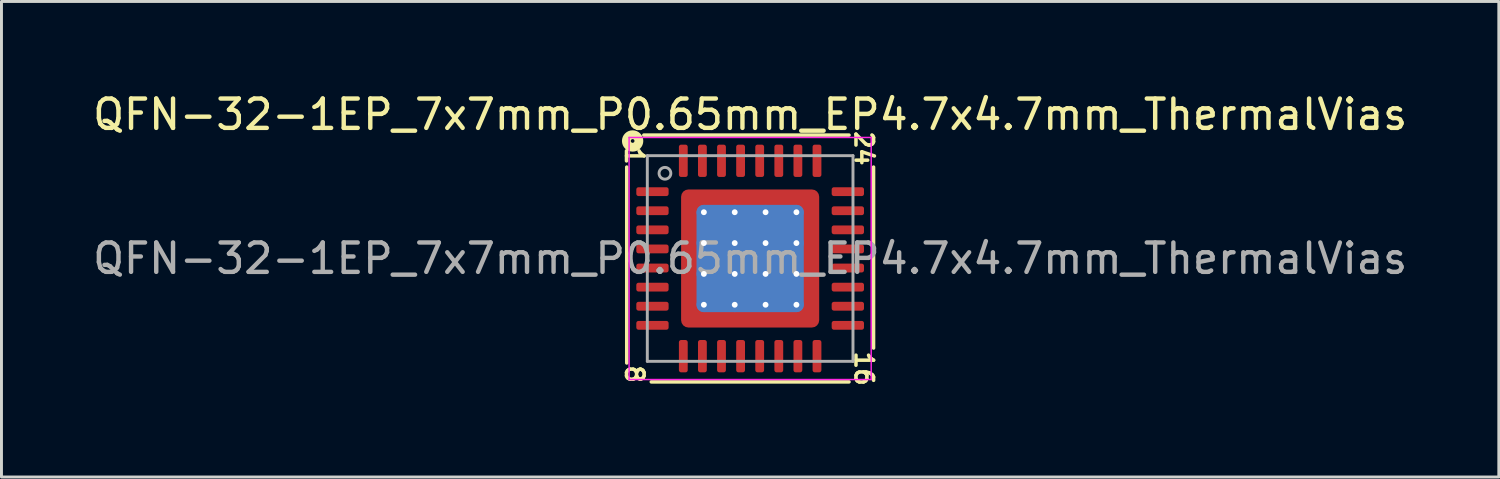
<source format=kicad_pcb>
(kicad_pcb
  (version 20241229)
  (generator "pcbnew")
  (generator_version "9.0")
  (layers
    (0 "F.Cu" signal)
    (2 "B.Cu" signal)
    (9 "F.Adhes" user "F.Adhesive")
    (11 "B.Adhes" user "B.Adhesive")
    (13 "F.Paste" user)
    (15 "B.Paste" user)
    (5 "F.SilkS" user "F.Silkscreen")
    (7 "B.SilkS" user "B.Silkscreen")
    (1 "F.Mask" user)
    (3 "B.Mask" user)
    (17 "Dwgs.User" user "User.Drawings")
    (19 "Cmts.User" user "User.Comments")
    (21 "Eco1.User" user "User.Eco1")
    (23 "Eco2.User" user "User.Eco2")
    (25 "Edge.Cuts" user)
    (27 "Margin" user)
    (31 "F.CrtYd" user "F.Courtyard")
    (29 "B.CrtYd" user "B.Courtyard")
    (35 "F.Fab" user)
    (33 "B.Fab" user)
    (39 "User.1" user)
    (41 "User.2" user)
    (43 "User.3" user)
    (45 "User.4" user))
  (footprint "QFN-32-1EP_7x7mm_P0.65mm_EP4.7x4.7mm_ThermalVias"
    (layer "F.Cu")
    (at 22.482 5.748)
    (property "Reference" "QFN-32-1EP_7x7mm_P0.65mm_EP4.7x4.7mm_ThermalVias" (at 0 -4.9 0) (layer "F.SilkS") (effects (font (size 1 1) (thickness 0.15))))
    (attr smd)
    (fp_line (start -4.2 -3.111) (end -4.2 3.556) (stroke (width 0.12) (type solid)) (layer "F.SilkS"))
    (fp_line (start -3.365 4.2) (end 3.365 4.2) (stroke (width 0.12) (type solid)) (layer "F.SilkS"))
    (fp_line (start 3.365 -4.2) (end -3.619 -4.2) (stroke (width 0.12) (type solid)) (layer "F.SilkS"))
    (fp_line (start 4.2 3.048) (end 4.2 -3.111) (stroke (width 0.12) (type solid)) (layer "F.SilkS"))
    (fp_circle (center -4 -4) (end -3.937 -4) (stroke (width 0.3) (type solid)) (fill no) (layer "F.SilkS"))
    (fp_line (start -4.12 -4.12) (end -4.12 4.12) (stroke (width 0.05) (type solid)) (layer "F.CrtYd"))
    (fp_line (start -4.12 4.12) (end 4.12 4.12) (stroke (width 0.05) (type solid)) (layer "F.CrtYd"))
    (fp_line (start 4.12 -4.12) (end -4.12 -4.12) (stroke (width 0.05) (type solid)) (layer "F.CrtYd"))
    (fp_line (start 4.12 4.12) (end 4.12 -4.12) (stroke (width 0.05) (type solid)) (layer "F.CrtYd"))
    (fp_line (start -3.5 -3.5) (end 3.5 -3.5) (stroke (width 0.1) (type solid)) (layer "F.Fab"))
    (fp_line (start -3.5 3.5) (end -3.5 -3.5) (stroke (width 0.1) (type solid)) (layer "F.Fab"))
    (fp_line (start 3.5 -3.5) (end 3.5 3.5) (stroke (width 0.1) (type solid)) (layer "F.Fab"))
    (fp_line (start 3.5 3.5) (end -3.5 3.5) (stroke (width 0.1) (type solid)) (layer "F.Fab"))
    (fp_circle (center -2.9 -2.9) (end -2.7 -2.9) (stroke (width 0.1) (type solid)) (fill no) (layer "F.Fab"))
    (fp_text user "16" (at 3.873 3.747 270) (unlocked yes) (layer "F.SilkS") (effects (font (size 0.6 0.6) (thickness 0.12))))
    (fp_text user "1" (at -3.937 -3.493 270) (unlocked yes) (layer "F.SilkS") (effects (font (size 0.6 0.6) (thickness 0.12))))
    (fp_text user "24" (at 3.873 -3.747 270) (unlocked yes) (layer "F.SilkS") (effects (font (size 0.6 0.6) (thickness 0.12))))
    (fp_text user "8" (at -3.937 3.937 270) (unlocked yes) (layer "F.SilkS") (effects (font (size 0.6 0.6) (thickness 0.12))))
    (fp_text user "${REFERENCE}" (at 0 0 0) (layer "F.Fab") (effects (font (size 1 1) (thickness 0.15))))
    (pad "" smd custom (at -1.962 -1.962) (size 0.531 0.531) (layers "F.Paste") (options (anchor circle)) (primitives (gr_poly (pts (xy 0.219 0.141) (xy 0.141 0.219) (xy -0.219 0.219) (xy -0.219 -0.219) (xy 0.219 -0.219)) (width 0.188) (fill yes))))
    (pad "" smd custom (at -1.962 -1.05) (size 0.55 0.55) (layers "F.Paste") (options (anchor circle)) (primitives (gr_poly (pts (xy 0.237 -0.286) (xy 0.237 0.286) (xy 0.175 0.348) (xy -0.237 0.348) (xy -0.237 -0.348) (xy 0.175 -0.348)) (width 0.15) (fill yes))))
    (pad "" smd custom (at -1.962 0) (size 0.55 0.55) (layers "F.Paste") (options (anchor circle)) (primitives (gr_poly (pts (xy 0.237 -0.286) (xy 0.237 0.286) (xy 0.175 0.348) (xy -0.237 0.348) (xy -0.237 -0.348) (xy 0.175 -0.348)) (width 0.15) (fill yes))))
    (pad "" smd custom (at -1.962 1.05) (size 0.55 0.55) (layers "F.Paste") (options (anchor circle)) (primitives (gr_poly (pts (xy 0.237 -0.286) (xy 0.237 0.286) (xy 0.175 0.348) (xy -0.237 0.348) (xy -0.237 -0.348) (xy 0.175 -0.348)) (width 0.15) (fill yes))))
    (pad "" smd custom (at -1.962 1.962) (size 0.531 0.531) (layers "F.Paste") (options (anchor circle)) (primitives (gr_poly (pts (xy 0.219 -0.141) (xy 0.219 0.219) (xy -0.219 0.219) (xy -0.219 -0.219) (xy 0.141 -0.219)) (width 0.188) (fill yes))))
    (pad "" smd custom (at -1.05 -1.962) (size 0.55 0.55) (layers "F.Paste") (options (anchor circle)) (primitives (gr_poly (pts (xy 0.348 0.175) (xy 0.286 0.237) (xy -0.286 0.237) (xy -0.348 0.175) (xy -0.348 -0.237) (xy 0.348 -0.237)) (width 0.15) (fill yes))))
    (pad "" smd roundrect (at -1.05 -1.05) (size 0.847 0.847) (layers "F.Paste") (roundrect_rratio 0.25))
    (pad "" smd roundrect (at -1.05 0) (size 0.847 0.847) (layers "F.Paste") (roundrect_rratio 0.25))
    (pad "" smd roundrect (at -1.05 1.05) (size 0.847 0.847) (layers "F.Paste") (roundrect_rratio 0.25))
    (pad "" smd custom (at -1.05 1.962) (size 0.55 0.55) (layers "F.Paste") (options (anchor circle)) (primitives (gr_poly (pts (xy 0.348 -0.175) (xy 0.348 0.237) (xy -0.348 0.237) (xy -0.348 -0.175) (xy -0.286 -0.237) (xy 0.286 -0.237)) (width 0.15) (fill yes))))
    (pad "" smd custom (at 0 -1.962) (size 0.55 0.55) (layers "F.Paste") (options (anchor circle)) (primitives (gr_poly (pts (xy 0.348 0.175) (xy 0.286 0.237) (xy -0.286 0.237) (xy -0.348 0.175) (xy -0.348 -0.237) (xy 0.348 -0.237)) (width 0.15) (fill yes))))
    (pad "" smd roundrect (at 0 -1.05) (size 0.847 0.847) (layers "F.Paste") (roundrect_rratio 0.25))
    (pad "" smd roundrect (at 0 0) (size 0.847 0.847) (layers "F.Paste") (roundrect_rratio 0.25))
    (pad "" smd roundrect (at 0 1.05) (size 0.847 0.847) (layers "F.Paste") (roundrect_rratio 0.25))
    (pad "" smd custom (at 0 1.962) (size 0.55 0.55) (layers "F.Paste") (options (anchor circle)) (primitives (gr_poly (pts (xy 0.348 -0.175) (xy 0.348 0.237) (xy -0.348 0.237) (xy -0.348 -0.175) (xy -0.286 -0.237) (xy 0.286 -0.237)) (width 0.15) (fill yes))))
    (pad "" smd custom (at 1.05 -1.962) (size 0.55 0.55) (layers "F.Paste") (options (anchor circle)) (primitives (gr_poly (pts (xy 0.348 0.175) (xy 0.286 0.237) (xy -0.286 0.237) (xy -0.348 0.175) (xy -0.348 -0.237) (xy 0.348 -0.237)) (width 0.15) (fill yes))))
    (pad "" smd roundrect (at 1.05 -1.05) (size 0.847 0.847) (layers "F.Paste") (roundrect_rratio 0.25))
    (pad "" smd roundrect (at 1.05 0) (size 0.847 0.847) (layers "F.Paste") (roundrect_rratio 0.25))
    (pad "" smd roundrect (at 1.05 1.05) (size 0.847 0.847) (layers "F.Paste") (roundrect_rratio 0.25))
    (pad "" smd custom (at 1.05 1.962) (size 0.55 0.55) (layers "F.Paste") (options (anchor circle)) (primitives (gr_poly (pts (xy 0.348 -0.175) (xy 0.348 0.237) (xy -0.348 0.237) (xy -0.348 -0.175) (xy -0.286 -0.237) (xy 0.286 -0.237)) (width 0.15) (fill yes))))
    (pad "" smd custom (at 1.962 -1.962) (size 0.531 0.531) (layers "F.Paste") (options (anchor circle)) (primitives (gr_poly (pts (xy 0.219 0.219) (xy -0.141 0.219) (xy -0.219 0.141) (xy -0.219 -0.219) (xy 0.219 -0.219)) (width 0.188) (fill yes))))
    (pad "" smd custom (at 1.962 -1.05) (size 0.55 0.55) (layers "F.Paste") (options (anchor circle)) (primitives (gr_poly (pts (xy 0.237 0.348) (xy -0.175 0.348) (xy -0.237 0.286) (xy -0.237 -0.286) (xy -0.175 -0.348) (xy 0.237 -0.348)) (width 0.15) (fill yes))))
    (pad "" smd custom (at 1.962 0) (size 0.55 0.55) (layers "F.Paste") (options (anchor circle)) (primitives (gr_poly (pts (xy 0.237 0.348) (xy -0.175 0.348) (xy -0.237 0.286) (xy -0.237 -0.286) (xy -0.175 -0.348) (xy 0.237 -0.348)) (width 0.15) (fill yes))))
    (pad "" smd custom (at 1.962 1.05) (size 0.55 0.55) (layers "F.Paste") (options (anchor circle)) (primitives (gr_poly (pts (xy 0.237 0.348) (xy -0.175 0.348) (xy -0.237 0.286) (xy -0.237 -0.286) (xy -0.175 -0.348) (xy 0.237 -0.348)) (width 0.15) (fill yes))))
    (pad "" smd custom (at 1.962 1.962) (size 0.531 0.531) (layers "F.Paste") (options (anchor circle)) (primitives (gr_poly (pts (xy 0.219 0.219) (xy -0.219 0.219) (xy -0.219 -0.141) (xy -0.141 -0.219) (xy 0.219 -0.219)) (width 0.188) (fill yes))))
    (pad "1" smd roundrect (at -3.325 -2.275) (size 1.1 0.3) (layers "F.Cu" "F.Mask" "F.Paste") (roundrect_rratio 0.25))
    (pad "2" smd roundrect (at -3.325 -1.625) (size 1.1 0.3) (layers "F.Cu" "F.Mask" "F.Paste") (roundrect_rratio 0.25))
    (pad "3" smd roundrect (at -3.325 -0.975) (size 1.1 0.3) (layers "F.Cu" "F.Mask" "F.Paste") (roundrect_rratio 0.25))
    (pad "4" smd roundrect (at -3.325 -0.325) (size 1.1 0.3) (layers "F.Cu" "F.Mask" "F.Paste") (roundrect_rratio 0.25))
    (pad "5" smd roundrect (at -3.325 0.325) (size 1.1 0.3) (layers "F.Cu" "F.Mask" "F.Paste") (roundrect_rratio 0.25))
    (pad "6" smd roundrect (at -3.325 0.975) (size 1.1 0.3) (layers "F.Cu" "F.Mask" "F.Paste") (roundrect_rratio 0.25))
    (pad "7" smd roundrect (at -3.325 1.625) (size 1.1 0.3) (layers "F.Cu" "F.Mask" "F.Paste") (roundrect_rratio 0.25))
    (pad "8" smd roundrect (at -3.325 2.275) (size 1.1 0.3) (layers "F.Cu" "F.Mask" "F.Paste") (roundrect_rratio 0.25))
    (pad "9" smd roundrect (at -2.275 3.325) (size 0.3 1.1) (layers "F.Cu" "F.Mask" "F.Paste") (roundrect_rratio 0.25))
    (pad "10" smd roundrect (at -1.625 3.325) (size 0.3 1.1) (layers "F.Cu" "F.Mask" "F.Paste") (roundrect_rratio 0.25))
    (pad "11" smd roundrect (at -0.975 3.325) (size 0.3 1.1) (layers "F.Cu" "F.Mask" "F.Paste") (roundrect_rratio 0.25))
    (pad "12" smd roundrect (at -0.325 3.325) (size 0.3 1.1) (layers "F.Cu" "F.Mask" "F.Paste") (roundrect_rratio 0.25))
    (pad "13" smd roundrect (at 0.325 3.325) (size 0.3 1.1) (layers "F.Cu" "F.Mask" "F.Paste") (roundrect_rratio 0.25))
    (pad "14" smd roundrect (at 0.975 3.325) (size 0.3 1.1) (layers "F.Cu" "F.Mask" "F.Paste") (roundrect_rratio 0.25))
    (pad "15" smd roundrect (at 1.625 3.325) (size 0.3 1.1) (layers "F.Cu" "F.Mask" "F.Paste") (roundrect_rratio 0.25))
    (pad "16" smd roundrect (at 2.275 3.325) (size 0.3 1.1) (layers "F.Cu" "F.Mask" "F.Paste") (roundrect_rratio 0.25))
    (pad "17" smd roundrect (at 3.325 2.275) (size 1.1 0.3) (layers "F.Cu" "F.Mask" "F.Paste") (roundrect_rratio 0.25))
    (pad "18" smd roundrect (at 3.325 1.625) (size 1.1 0.3) (layers "F.Cu" "F.Mask" "F.Paste") (roundrect_rratio 0.25))
    (pad "19" smd roundrect (at 3.325 0.975) (size 1.1 0.3) (layers "F.Cu" "F.Mask" "F.Paste") (roundrect_rratio 0.25))
    (pad "20" smd roundrect (at 3.325 0.325) (size 1.1 0.3) (layers "F.Cu" "F.Mask" "F.Paste") (roundrect_rratio 0.25))
    (pad "21" smd roundrect (at 3.325 -0.325) (size 1.1 0.3) (layers "F.Cu" "F.Mask" "F.Paste") (roundrect_rratio 0.25))
    (pad "22" smd roundrect (at 3.325 -0.975) (size 1.1 0.3) (layers "F.Cu" "F.Mask" "F.Paste") (roundrect_rratio 0.25))
    (pad "23" smd roundrect (at 3.325 -1.625) (size 1.1 0.3) (layers "F.Cu" "F.Mask" "F.Paste") (roundrect_rratio 0.25))
    (pad "24" smd roundrect (at 3.325 -2.275) (size 1.1 0.3) (layers "F.Cu" "F.Mask" "F.Paste") (roundrect_rratio 0.25))
    (pad "25" smd roundrect (at 2.275 -3.325) (size 0.3 1.1) (layers "F.Cu" "F.Mask" "F.Paste") (roundrect_rratio 0.25))
    (pad "26" smd roundrect (at 1.625 -3.325) (size 0.3 1.1) (layers "F.Cu" "F.Mask" "F.Paste") (roundrect_rratio 0.25))
    (pad "27" smd roundrect (at 0.975 -3.325) (size 0.3 1.1) (layers "F.Cu" "F.Mask" "F.Paste") (roundrect_rratio 0.25))
    (pad "28" smd roundrect (at 0.325 -3.325) (size 0.3 1.1) (layers "F.Cu" "F.Mask" "F.Paste") (roundrect_rratio 0.25))
    (pad "29" smd roundrect (at -0.325 -3.325) (size 0.3 1.1) (layers "F.Cu" "F.Mask" "F.Paste") (roundrect_rratio 0.25))
    (pad "30" smd roundrect (at -0.975 -3.325) (size 0.3 1.1) (layers "F.Cu" "F.Mask" "F.Paste") (roundrect_rratio 0.25))
    (pad "31" smd roundrect (at -1.625 -3.325) (size 0.3 1.1) (layers "F.Cu" "F.Mask" "F.Paste") (roundrect_rratio 0.25))
    (pad "32" smd roundrect (at -2.275 -3.325) (size 0.3 1.1) (layers "F.Cu" "F.Mask" "F.Paste") (roundrect_rratio 0.25))
    (pad "33" thru_hole circle (at -1.575 -1.575) (size 0.5 0.5) (drill 0.2) (property pad_prop_heatsink) (layers "*.Cu"))
    (pad "33" thru_hole circle (at -1.575 -0.525) (size 0.5 0.5) (drill 0.2) (property pad_prop_heatsink) (layers "*.Cu"))
    (pad "33" thru_hole circle (at -1.575 0.525) (size 0.5 0.5) (drill 0.2) (property pad_prop_heatsink) (layers "*.Cu"))
    (pad "33" thru_hole circle (at -1.575 1.575) (size 0.5 0.5) (drill 0.2) (property pad_prop_heatsink) (layers "*.Cu"))
    (pad "33" thru_hole circle (at -0.525 -1.575) (size 0.5 0.5) (drill 0.2) (property pad_prop_heatsink) (layers "*.Cu"))
    (pad "33" thru_hole circle (at -0.525 -0.525) (size 0.5 0.5) (drill 0.2) (property pad_prop_heatsink) (layers "*.Cu"))
    (pad "33" thru_hole circle (at -0.525 0.525) (size 0.5 0.5) (drill 0.2) (property pad_prop_heatsink) (layers "*.Cu"))
    (pad "33" thru_hole circle (at -0.525 1.575) (size 0.5 0.5) (drill 0.2) (property pad_prop_heatsink) (layers "*.Cu"))
    (pad "33" smd roundrect (at 0 0) (size 3.65 3.65) (layers "B.Cu" "B.Mask") (roundrect_rratio 0.068))
    (pad "33" smd roundrect (at 0 0) (size 4.7 4.7) (layers "F.Cu" "F.Mask") (roundrect_rratio 0.053))
    (pad "33" thru_hole circle (at 0.525 -1.575) (size 0.5 0.5) (drill 0.2) (property pad_prop_heatsink) (layers "*.Cu"))
    (pad "33" thru_hole circle (at 0.525 -0.525) (size 0.5 0.5) (drill 0.2) (property pad_prop_heatsink) (layers "*.Cu"))
    (pad "33" thru_hole circle (at 0.525 0.525) (size 0.5 0.5) (drill 0.2) (property pad_prop_heatsink) (layers "*.Cu"))
    (pad "33" thru_hole circle (at 0.525 1.575) (size 0.5 0.5) (drill 0.2) (property pad_prop_heatsink) (layers "*.Cu"))
    (pad "33" thru_hole circle (at 1.575 -1.575) (size 0.5 0.5) (drill 0.2) (property pad_prop_heatsink) (layers "*.Cu"))
    (pad "33" thru_hole circle (at 1.575 -0.525) (size 0.5 0.5) (drill 0.2) (property pad_prop_heatsink) (layers "*.Cu"))
    (pad "33" thru_hole circle (at 1.575 0.525) (size 0.5 0.5) (drill 0.2) (property pad_prop_heatsink) (layers "*.Cu"))
    (pad "33" thru_hole circle (at 1.575 1.575) (size 0.5 0.5) (drill 0.2) (property pad_prop_heatsink) (layers "*.Cu")))
  (gr_rect
    (start -3 -3)
    (end 47.964 13.186)
    (stroke (width 0.1) (type default))
    (fill no)
    (layer "Edge.Cuts")))
</source>
